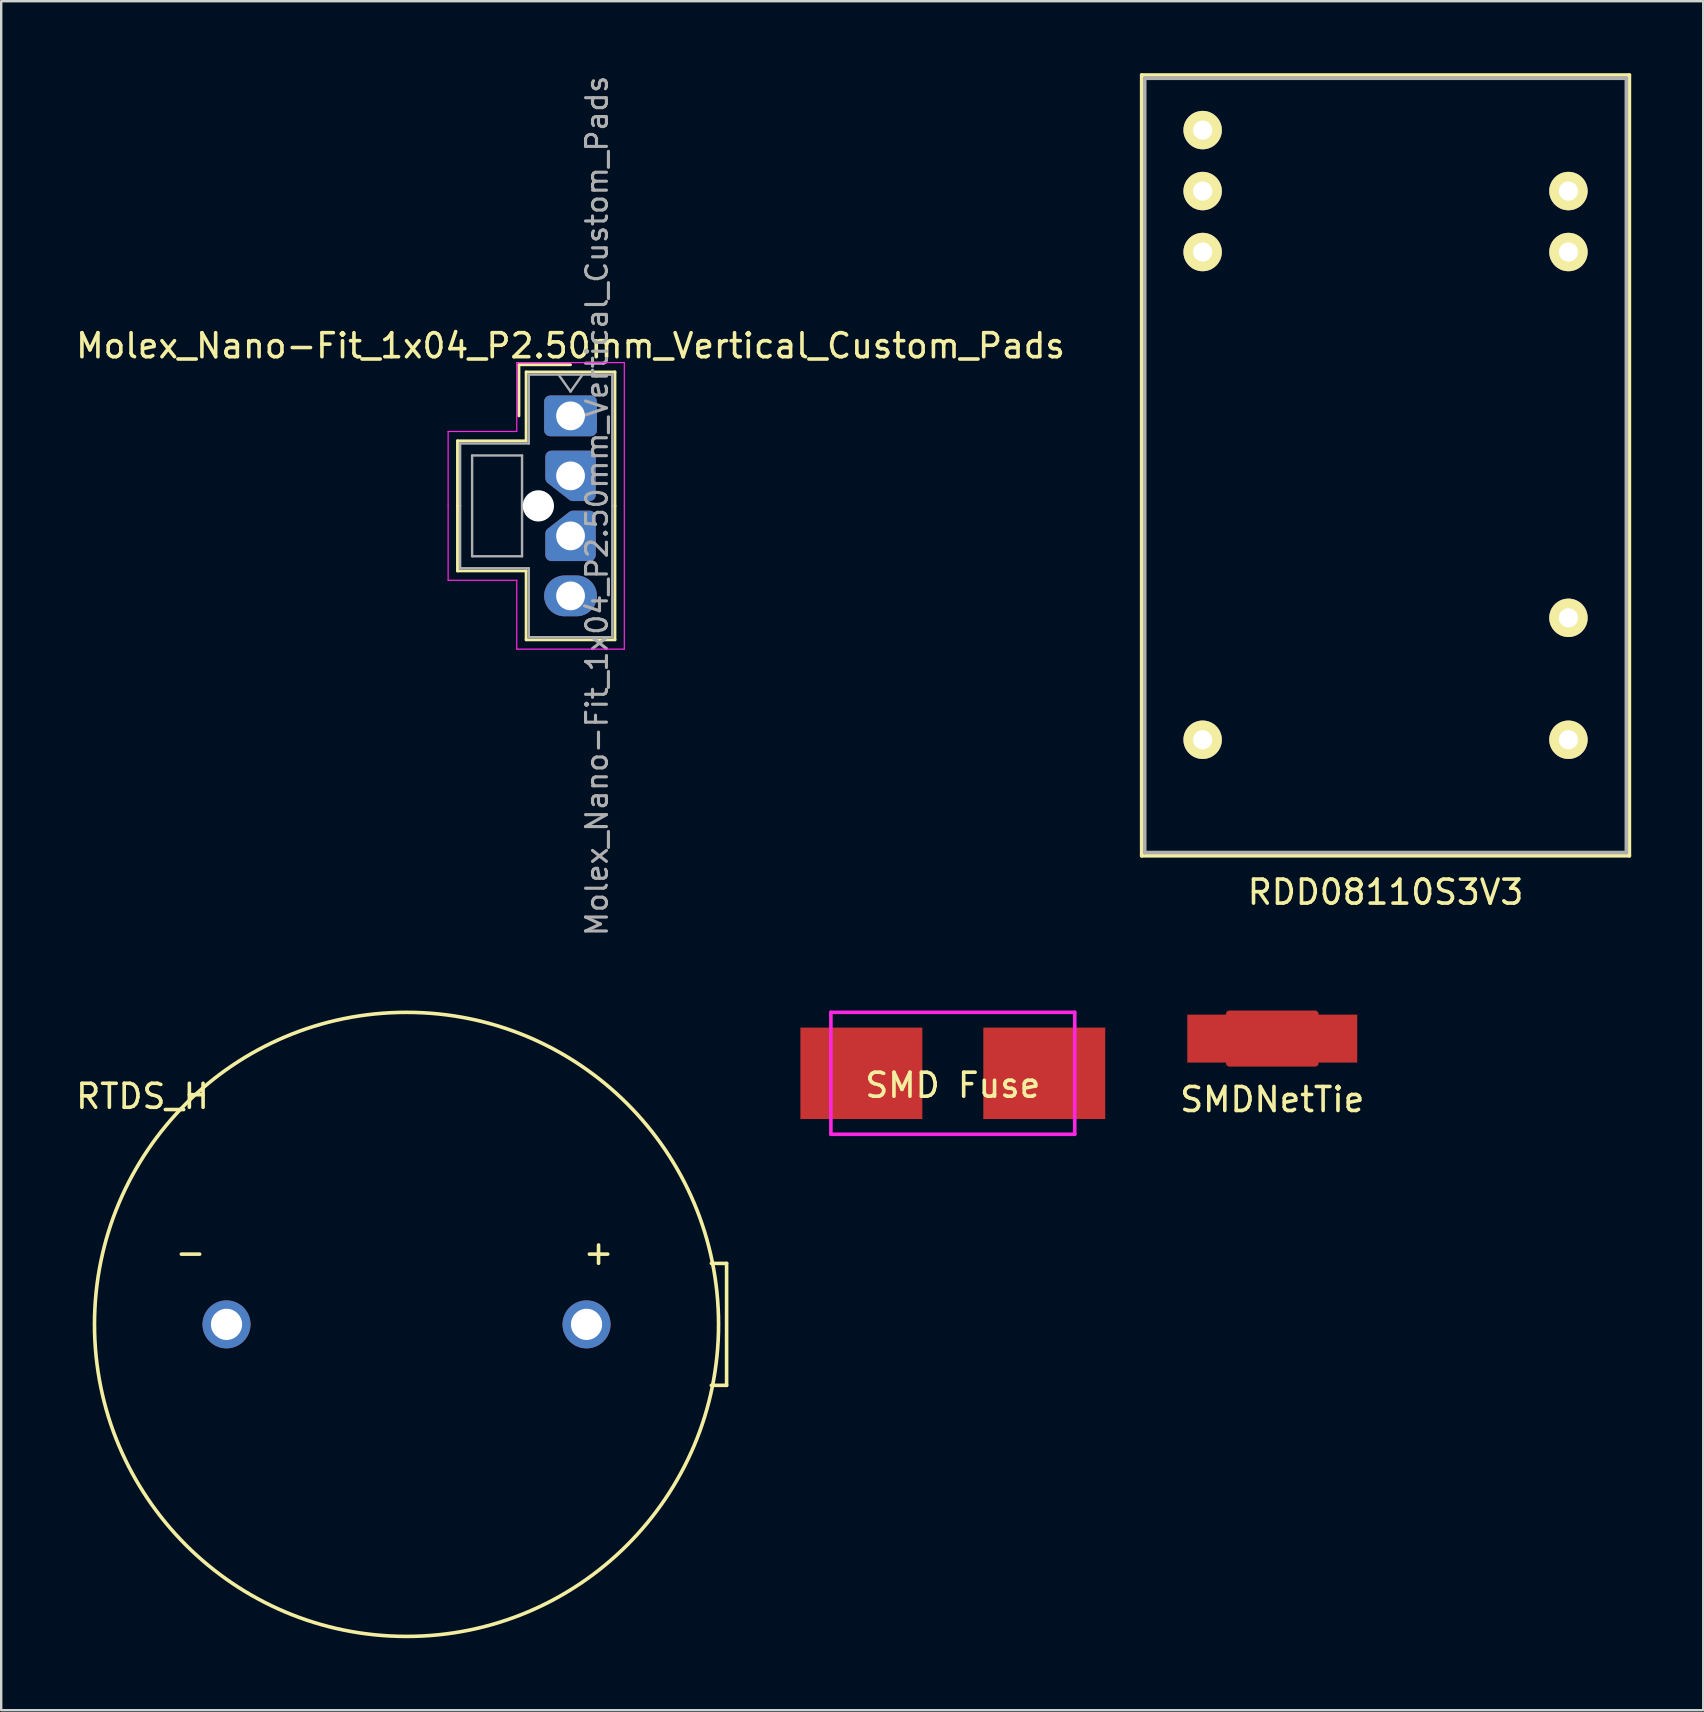
<source format=kicad_pcb>
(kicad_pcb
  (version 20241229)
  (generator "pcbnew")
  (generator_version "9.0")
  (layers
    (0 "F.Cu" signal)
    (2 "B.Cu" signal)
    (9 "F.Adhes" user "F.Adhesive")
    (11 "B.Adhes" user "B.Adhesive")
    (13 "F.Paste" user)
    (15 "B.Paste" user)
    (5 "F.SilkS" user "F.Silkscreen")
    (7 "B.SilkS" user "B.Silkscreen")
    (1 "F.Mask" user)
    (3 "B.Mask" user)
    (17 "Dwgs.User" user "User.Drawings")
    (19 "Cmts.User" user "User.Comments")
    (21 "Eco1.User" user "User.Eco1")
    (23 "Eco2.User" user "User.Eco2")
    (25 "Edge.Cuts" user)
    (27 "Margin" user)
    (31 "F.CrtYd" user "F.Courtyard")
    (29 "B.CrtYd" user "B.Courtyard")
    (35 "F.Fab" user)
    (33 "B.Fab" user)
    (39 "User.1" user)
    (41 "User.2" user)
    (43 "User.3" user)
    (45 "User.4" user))
  (footprint "RTDS_H"
    (layer "F.Cu")
    (at 13.887 52.127)
    (property "Reference" "RTDS_H" (at -11 -9.5 0) (layer "F.SilkS") (effects (font (size 1 1) (thickness 0.15))))
    (attr through_hole)
    (fp_line (start 12.7 -2.54) (end 13.335 -2.54) (stroke (width 0.15) (type solid)) (layer "F.SilkS"))
    (fp_line (start 13.335 -2.54) (end 13.335 2.54) (stroke (width 0.15) (type solid)) (layer "F.SilkS"))
    (fp_line (start 13.335 2.54) (end 12.7 2.54) (stroke (width 0.15) (type solid)) (layer "F.SilkS"))
    (fp_circle (center 0 0) (end -13 0) (stroke (width 0.15) (type solid)) (fill no) (layer "F.SilkS"))
    (fp_text user "-" (at -9 -3 0) (layer "F.SilkS") (effects (font (size 1 1) (thickness 0.15))))
    (fp_text user "+" (at 8 -3 0) (layer "F.SilkS") (effects (font (size 1 1) (thickness 0.15))))
    (pad "1" thru_hole circle (at 7.5 0) (size 2 2) (drill 1.3) (layers "*.Cu" "*.Mask"))
    (pad "2" thru_hole circle (at -7.5 0) (size 2 2) (drill 1.3) (layers "*.Cu" "*.Mask")))
  (footprint "Molex_Nano-Fit_1x04_P2.50mm_Vertical_Custom_Pads"
    (layer "F.Cu")
    (at 20.72 14.276)
    (property "Reference" "Molex_Nano-Fit_1x04_P2.50mm_Vertical_Custom_Pads" (at 0 -2.92 0) (layer "F.SilkS") (effects (font (size 1 1) (thickness 0.15))))
    (attr through_hole)
    (fp_line (start -4.71 1.04) (end -4.71 3.75) (stroke (width 0.12) (type solid)) (layer "F.SilkS"))
    (fp_line (start -4.71 6.46) (end -4.71 3.75) (stroke (width 0.12) (type solid)) (layer "F.SilkS"))
    (fp_line (start -2.15 -2.13) (end -2.15 0) (stroke (width 0.12) (type solid)) (layer "F.SilkS"))
    (fp_line (start -1.85 -1.83) (end -1.85 1.04) (stroke (width 0.12) (type solid)) (layer "F.SilkS"))
    (fp_line (start -1.85 1.04) (end -4.71 1.04) (stroke (width 0.12) (type solid)) (layer "F.SilkS"))
    (fp_line (start -1.85 6.46) (end -4.71 6.46) (stroke (width 0.12) (type solid)) (layer "F.SilkS"))
    (fp_line (start -1.85 9.33) (end -1.85 6.46) (stroke (width 0.12) (type solid)) (layer "F.SilkS"))
    (fp_line (start 0 -2.13) (end -2.15 -2.13) (stroke (width 0.12) (type solid)) (layer "F.SilkS"))
    (fp_line (start 1.85 -1.83) (end -1.85 -1.83) (stroke (width 0.12) (type solid)) (layer "F.SilkS"))
    (fp_line (start 1.85 3.75) (end 1.85 -1.83) (stroke (width 0.12) (type solid)) (layer "F.SilkS"))
    (fp_line (start 1.85 3.75) (end 1.85 9.33) (stroke (width 0.12) (type solid)) (layer "F.SilkS"))
    (fp_line (start 1.85 9.33) (end -1.85 9.33) (stroke (width 0.12) (type solid)) (layer "F.SilkS"))
    (fp_line (start -5.1 0.65) (end -5.1 3.75) (stroke (width 0.05) (type solid)) (layer "F.CrtYd"))
    (fp_line (start -5.1 6.85) (end -5.1 3.75) (stroke (width 0.05) (type solid)) (layer "F.CrtYd"))
    (fp_line (start -2.24 -2.22) (end -2.24 0.65) (stroke (width 0.05) (type solid)) (layer "F.CrtYd"))
    (fp_line (start -2.24 0.65) (end -5.1 0.65) (stroke (width 0.05) (type solid)) (layer "F.CrtYd"))
    (fp_line (start -2.24 6.85) (end -5.1 6.85) (stroke (width 0.05) (type solid)) (layer "F.CrtYd"))
    (fp_line (start -2.24 9.72) (end -2.24 6.85) (stroke (width 0.05) (type solid)) (layer "F.CrtYd"))
    (fp_line (start 2.24 -2.22) (end -2.24 -2.22) (stroke (width 0.05) (type solid)) (layer "F.CrtYd"))
    (fp_line (start 2.24 3.75) (end 2.24 -2.22) (stroke (width 0.05) (type solid)) (layer "F.CrtYd"))
    (fp_line (start 2.24 3.75) (end 2.24 9.72) (stroke (width 0.05) (type solid)) (layer "F.CrtYd"))
    (fp_line (start 2.24 9.72) (end -2.24 9.72) (stroke (width 0.05) (type solid)) (layer "F.CrtYd"))
    (fp_line (start -4.6 1.15) (end -4.6 3.75) (stroke (width 0.1) (type solid)) (layer "F.Fab"))
    (fp_line (start -4.6 6.35) (end -4.6 3.75) (stroke (width 0.1) (type solid)) (layer "F.Fab"))
    (fp_line (start -4.1 1.65) (end -4.1 5.85) (stroke (width 0.1) (type solid)) (layer "F.Fab"))
    (fp_line (start -4.1 5.85) (end -2.02 5.85) (stroke (width 0.1) (type solid)) (layer "F.Fab"))
    (fp_line (start -2.02 1.65) (end -4.1 1.65) (stroke (width 0.1) (type solid)) (layer "F.Fab"))
    (fp_line (start -2.02 5.85) (end -2.02 1.65) (stroke (width 0.1) (type solid)) (layer "F.Fab"))
    (fp_line (start -1.74 -1.72) (end -1.74 1.15) (stroke (width 0.1) (type solid)) (layer "F.Fab"))
    (fp_line (start -1.74 1.15) (end -4.6 1.15) (stroke (width 0.1) (type solid)) (layer "F.Fab"))
    (fp_line (start -1.74 6.35) (end -4.6 6.35) (stroke (width 0.1) (type solid)) (layer "F.Fab"))
    (fp_line (start -1.74 9.22) (end -1.74 6.35) (stroke (width 0.1) (type solid)) (layer "F.Fab"))
    (fp_line (start -0.5 -1.72) (end 0 -1.013) (stroke (width 0.1) (type solid)) (layer "F.Fab"))
    (fp_line (start 0 -1.013) (end 0.5 -1.72) (stroke (width 0.1) (type solid)) (layer "F.Fab"))
    (fp_line (start 1.74 -1.72) (end -1.74 -1.72) (stroke (width 0.1) (type solid)) (layer "F.Fab"))
    (fp_line (start 1.74 3.75) (end 1.74 -1.72) (stroke (width 0.1) (type solid)) (layer "F.Fab"))
    (fp_line (start 1.74 3.75) (end 1.74 9.22) (stroke (width 0.1) (type solid)) (layer "F.Fab"))
    (fp_line (start 1.74 9.22) (end -1.74 9.22) (stroke (width 0.1) (type solid)) (layer "F.Fab"))
    (fp_text user "${REFERENCE}" (at 1.1 3.75 90) (layer "F.Fab") (effects (font (size 0.87 0.87) (thickness 0.13))))
    (pad "" np_thru_hole circle (at -1.34 3.75) (size 1.3 1.3) (drill 1.3) (layers "*.Cu" "*.Mask"))
    (pad "1" thru_hole roundrect (at 0 0) (size 2.2 1.7) (drill 1.2) (layers "*.Cu" "*.Mask") (roundrect_rratio 0.147))
    (pad "2" thru_hole custom (at 0 2.5) (size 1.6 1.6) (drill 1.2) (layers "*.Cu" "*.Mask") (options (anchor circle)) (primitives (gr_poly (pts (xy -0.8 -0.8) (xy 0.8 -0.8) (xy 0.8 0.8) (xy 0.1 0.8) (xy -0.8 0.1)) (width 0.5) (fill yes))))
    (pad "3" thru_hole custom (at 0 5 180) (size 1.6 1.6) (drill 1.2) (layers "*.Cu" "*.Mask") (options (anchor circle)) (primitives (gr_poly (pts (xy 0.8 -0.8) (xy -0.8 -0.8) (xy -0.8 0.8) (xy -0.1 0.8) (xy 0.8 0.1)) (width 0.5) (fill yes))))
    (pad "4" thru_hole oval (at 0 7.5) (size 2.2 1.7) (drill 1.2) (layers "*.Cu" "*.Mask")))
  (footprint "SMDNetTie"
    (layer "F.Cu")
    (at 49.955 40.22)
    (property "Reference" "SMDNetTie" (at 0 2.54 0) (layer "F.SilkS") (effects (font (size 1 1) (thickness 0.15))))
    (attr through_hole)
    (fp_line (start -1.778 -0.762) (end 1.778 -0.762) (stroke (width 0.305) (type solid)) (layer "F.Cu"))
    (fp_line (start -1.778 -0.254) (end 1.778 -0.254) (stroke (width 0.305) (type solid)) (layer "F.Cu"))
    (fp_line (start -1.778 0.254) (end 1.778 0.254) (stroke (width 0.305) (type solid)) (layer "F.Cu"))
    (fp_line (start -1.778 0.762) (end 1.778 0.762) (stroke (width 0.305) (type solid)) (layer "F.Cu"))
    (fp_line (start 1.778 -1.016) (end -1.778 -1.016) (stroke (width 0.305) (type solid)) (layer "F.Cu"))
    (fp_line (start 1.778 -0.508) (end -1.778 -0.508) (stroke (width 0.305) (type solid)) (layer "F.Cu"))
    (fp_line (start 1.778 0) (end -1.778 0) (stroke (width 0.305) (type solid)) (layer "F.Cu"))
    (fp_line (start 1.778 0.508) (end -1.778 0.508) (stroke (width 0.305) (type solid)) (layer "F.Cu"))
    (fp_line (start 1.778 1.016) (end -1.778 1.016) (stroke (width 0.305) (type solid)) (layer "F.Cu"))
    (pad "1" smd rect (at -2.54 0) (size 1.999 1.999) (layers "F.Cu"))
    (pad "2" smd rect (at 2.54 0) (size 1.999 1.999) (layers "F.Cu")))
  (footprint "RDD08110S3V3"
    (layer "F.Cu")
    (at 47.055 2.37)
    (property "Reference" "RDD08110S3V3" (at 7.62 31.75 0) (layer "F.SilkS") (effects (font (size 1 1) (thickness 0.15))))
    (attr through_hole)
    (fp_line (start -2.54 -2.295) (end -2.54 30.235) (stroke (width 0.15) (type solid)) (layer "F.SilkS"))
    (fp_line (start -2.54 -2.295) (end 17.78 -2.295) (stroke (width 0.15) (type solid)) (layer "F.SilkS"))
    (fp_line (start -2.54 30.235) (end 17.78 30.235) (stroke (width 0.15) (type solid)) (layer "F.SilkS"))
    (fp_line (start 17.78 -2.295) (end 17.78 30.235) (stroke (width 0.15) (type solid)) (layer "F.SilkS"))
    (fp_line (start -2.413 -2.159) (end 17.653 -2.159) (stroke (width 0.15) (type solid)) (layer "F.Fab"))
    (fp_line (start -2.413 30.099) (end -2.413 -2.159) (stroke (width 0.15) (type solid)) (layer "F.Fab"))
    (fp_line (start 17.653 -2.159) (end 17.653 30.099) (stroke (width 0.15) (type solid)) (layer "F.Fab"))
    (fp_line (start 17.653 30.099) (end -2.413 30.099) (stroke (width 0.15) (type solid)) (layer "F.Fab"))
    (pad "1" thru_hole oval (at 0 0) (size 1.6 1.6) (drill 0.8) (layers "*.Cu" "*.Mask" "F.SilkS"))
    (pad "2" thru_hole oval (at 0 2.54) (size 1.6 1.6) (drill 0.8) (layers "*.Cu" "*.Mask" "F.SilkS"))
    (pad "3" thru_hole oval (at 0 5.08) (size 1.6 1.6) (drill 0.8) (layers "*.Cu" "*.Mask" "F.SilkS"))
    (pad "11" thru_hole oval (at 0 25.4) (size 1.6 1.6) (drill 0.8) (layers "*.Cu" "*.Mask" "F.SilkS"))
    (pad "14" thru_hole oval (at 15.24 25.4) (size 1.6 1.6) (drill 0.8) (layers "*.Cu" "*.Mask" "F.SilkS"))
    (pad "16" thru_hole oval (at 15.24 20.32) (size 1.6 1.6) (drill 0.8) (layers "*.Cu" "*.Mask" "F.SilkS"))
    (pad "22" thru_hole oval (at 15.24 5.08) (size 1.6 1.6) (drill 0.8) (layers "*.Cu" "*.Mask" "F.SilkS"))
    (pad "23" thru_hole oval (at 15.24 2.54) (size 1.6 1.6) (drill 0.8) (layers "*.Cu" "*.Mask" "F.SilkS")))
  (footprint "SMD Fuse"
    (layer "F.Cu")
    (at 36.647 41.667)
    (property "Reference" "SMD Fuse" (at 0 0.5 0) (layer "F.SilkS") (effects (font (size 1 1) (thickness 0.15))))
    (attr through_hole)
    (fp_line (start -5.08 -2.54) (end 5.08 -2.54) (stroke (width 0.15) (type solid)) (layer "F.CrtYd"))
    (fp_line (start -5.08 2.54) (end -5.08 -2.54) (stroke (width 0.15) (type solid)) (layer "F.CrtYd"))
    (fp_line (start 5.08 -2.54) (end 5.08 2.54) (stroke (width 0.15) (type solid)) (layer "F.CrtYd"))
    (fp_line (start 5.08 2.54) (end -5.08 2.54) (stroke (width 0.15) (type solid)) (layer "F.CrtYd"))
    (pad "1" smd rect (at -3.81 0) (size 5.08 3.81) (layers "F.Cu" "F.Mask" "F.Paste"))
    (pad "2" smd rect (at 3.81 0) (size 5.08 3.81) (layers "F.Cu" "F.Mask" "F.Paste")))
  (gr_rect
    (start -3 -3)
    (end 67.91 68.202)
    (stroke (width 0.1) (type default))
    (fill no)
    (layer "Edge.Cuts")))
</source>
